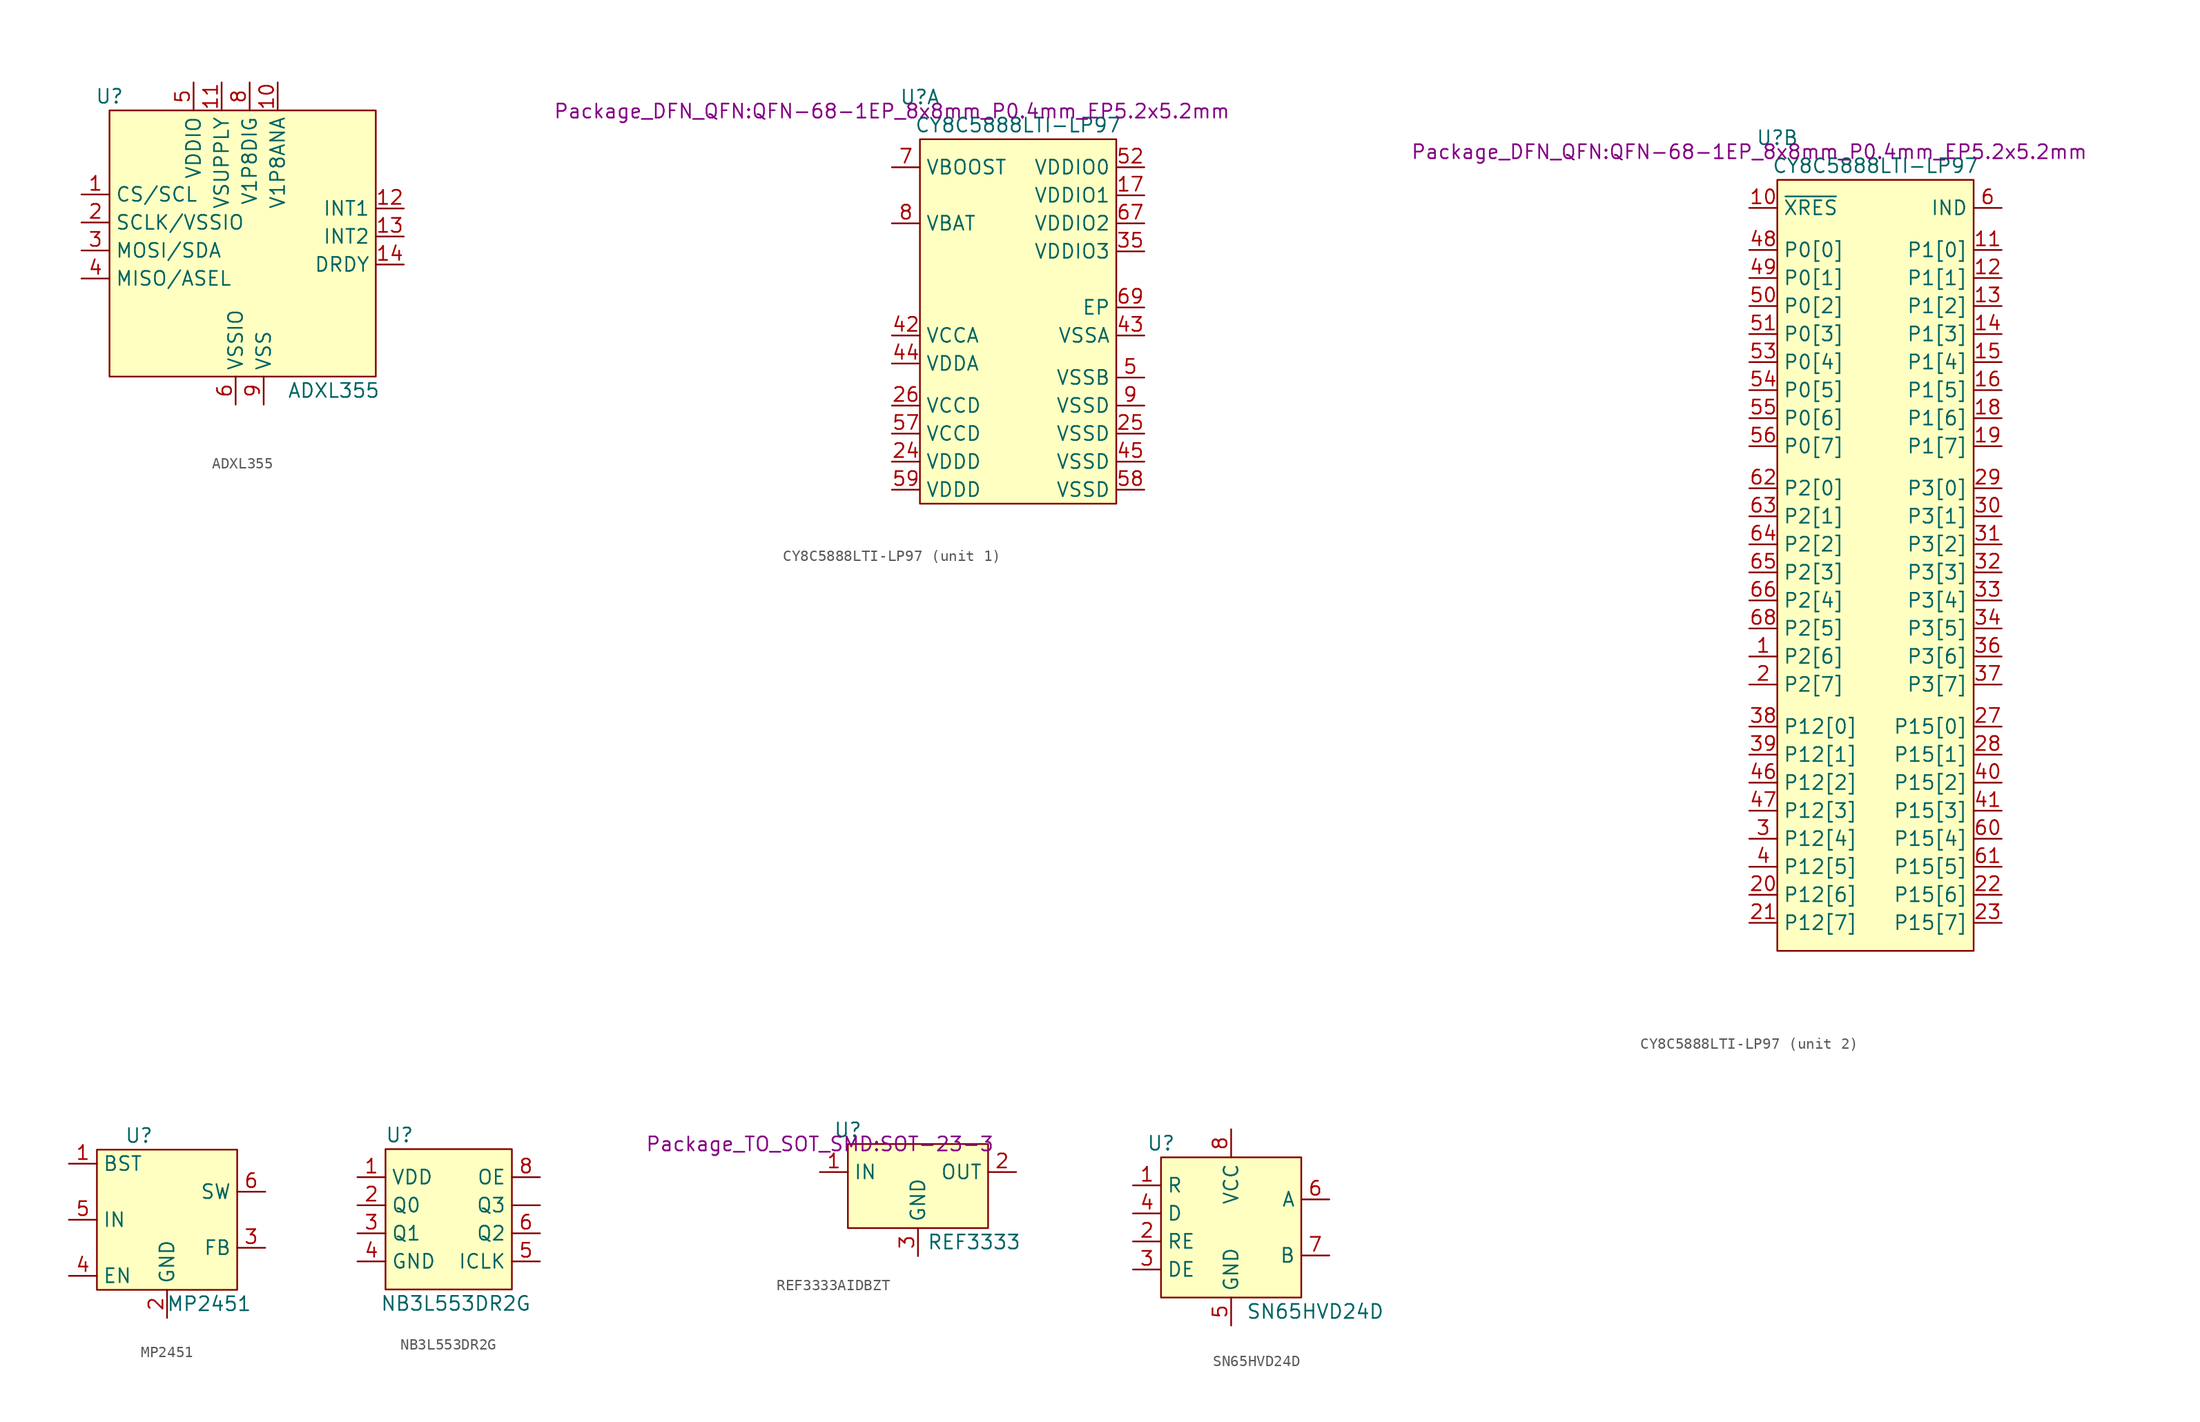
<source format=kicad_sym>
(kicad_symbol_lib
  (version 20220914)
  (generator kicad_symbol_editor)
  (symbol "ADXL355"
    (property "Reference" "U"
      (at 0 1.27 0)
      (effects (font (size 1.27 1.27))))
    (property "Value" "ADXL355"
      (at 20.32 -25.4 0)
      (effects (font (size 1.27 1.27))))
    (symbol "ADXL355_1_1"
      (rectangle (start 0 0) (end 24.13 -24.13) (stroke (width 0) (type default)) (fill (type background)))
      (pin input line (at -2.54 -7.62 0) (length 2.54) (name "CS/SCL" (effects (font (size 1.27 1.27)))) (number "1" (effects (font (size 1.27 1.27)))))
      (pin passive line (at 15.24 2.54 270) (length 2.54) (name "V1P8ANA" (effects (font (size 1.27 1.27)))) (number "10" (effects (font (size 1.27 1.27)))))
      (pin power_in line (at 10.16 2.54 270) (length 2.54) (name "VSUPPLY" (effects (font (size 1.27 1.27)))) (number "11" (effects (font (size 1.27 1.27)))))
      (pin bidirectional line (at 26.67 -8.89 180) (length 2.54) (name "INT1" (effects (font (size 1.27 1.27)))) (number "12" (effects (font (size 1.27 1.27)))))
      (pin bidirectional line (at 26.67 -11.43 180) (length 2.54) (name "INT2" (effects (font (size 1.27 1.27)))) (number "13" (effects (font (size 1.27 1.27)))))
      (pin bidirectional line (at 26.67 -13.97 180) (length 2.54) (name "DRDY" (effects (font (size 1.27 1.27)))) (number "14" (effects (font (size 1.27 1.27)))))
      (pin input line (at -2.54 -10.16 0) (length 2.54) (name "SCLK/VSSIO" (effects (font (size 1.27 1.27)))) (number "2" (effects (font (size 1.27 1.27)))))
      (pin bidirectional line (at -2.54 -12.7 0) (length 2.54) (name "MOSI/SDA" (effects (font (size 1.27 1.27)))) (number "3" (effects (font (size 1.27 1.27)))))
      (pin bidirectional line (at -2.54 -15.24 0) (length 2.54) (name "MISO/ASEL" (effects (font (size 1.27 1.27)))) (number "4" (effects (font (size 1.27 1.27)))))
      (pin input line (at 7.62 2.54 270) (length 2.54) (name "VDDIO" (effects (font (size 1.27 1.27)))) (number "5" (effects (font (size 1.27 1.27)))))
      (pin power_in line (at 11.43 -26.67 90) (length 2.54) (name "VSSIO" (effects (font (size 1.27 1.27)))) (number "6" (effects (font (size 1.27 1.27)))))
      (pin no_connect line (at 21.59 -27.94 90) (length 2.54) hide (name "RESERVED" (effects (font (size 1.27 1.27)))) (number "7" (effects (font (size 1.27 1.27)))))
      (pin passive line (at 12.7 2.54 270) (length 2.54) (name "V1P8DIG" (effects (font (size 1.27 1.27)))) (number "8" (effects (font (size 1.27 1.27)))))
      (pin power_in line (at 13.97 -26.67 90) (length 2.54) (name "VSS" (effects (font (size 1.27 1.27)))) (number "9" (effects (font (size 1.27 1.27)))))))
  (symbol "CY8C5888LTI-LP97"
    (property "Reference" "U"
      (at 2.54 2.54 0)
      (effects (font (size 1.27 1.27))))
    (property "Value" "CY8C5888LTI-LP97"
      (at 11.43 0 0)
      (effects (font (size 1.27 1.27))))
    (property "Footprint" "Package_DFN_QFN:QFN-68-1EP_8x8mm_P0.4mm_EP5.2x5.2mm"
      (at 0 1.27 0)
      (effects (font (size 1.27 1.27))))
    (property "ki_locked" ""
      (at 0 0 0)
      (effects (font (size 1.27 1.27))))
    (symbol "CY8C5888LTI-LP97_1_1"
      (rectangle (start 2.54 -1.27) (end 20.32 -34.29) (stroke (width 0) (type default)) (fill (type background)))
      (pin power_in line (at 22.86 -6.35 180) (length 2.54) (name "VDDIO1" (effects (font (size 1.27 1.27)))) (number "17" (effects (font (size 1.27 1.27)))))
      (pin power_in line (at 0 -30.48 0) (length 2.54) (name "VDDD" (effects (font (size 1.27 1.27)))) (number "24" (effects (font (size 1.27 1.27)))))
      (pin power_in line (at 22.86 -27.94 180) (length 2.54) (name "VSSD" (effects (font (size 1.27 1.27)))) (number "25" (effects (font (size 1.27 1.27)))))
      (pin passive line (at 0 -25.4 0) (length 2.54) (name "VCCD" (effects (font (size 1.27 1.27)))) (number "26" (effects (font (size 1.27 1.27)))))
      (pin power_in line (at 22.86 -11.43 180) (length 2.54) (name "VDDIO3" (effects (font (size 1.27 1.27)))) (number "35" (effects (font (size 1.27 1.27)))))
      (pin passive line (at 0 -19.05 0) (length 2.54) (name "VCCA" (effects (font (size 1.27 1.27)))) (number "42" (effects (font (size 1.27 1.27)))))
      (pin power_in line (at 22.86 -19.05 180) (length 2.54) (name "VSSA" (effects (font (size 1.27 1.27)))) (number "43" (effects (font (size 1.27 1.27)))))
      (pin power_in line (at 0 -21.59 0) (length 2.54) (name "VDDA" (effects (font (size 1.27 1.27)))) (number "44" (effects (font (size 1.27 1.27)))))
      (pin power_in line (at 22.86 -30.48 180) (length 2.54) (name "VSSD" (effects (font (size 1.27 1.27)))) (number "45" (effects (font (size 1.27 1.27)))))
      (pin power_in line (at 22.86 -22.86 180) (length 2.54) (name "VSSB" (effects (font (size 1.27 1.27)))) (number "5" (effects (font (size 1.27 1.27)))))
      (pin power_in line (at 22.86 -3.81 180) (length 2.54) (name "VDDIO0" (effects (font (size 1.27 1.27)))) (number "52" (effects (font (size 1.27 1.27)))))
      (pin passive line (at 0 -27.94 0) (length 2.54) (name "VCCD" (effects (font (size 1.27 1.27)))) (number "57" (effects (font (size 1.27 1.27)))))
      (pin power_in line (at 22.86 -33.02 180) (length 2.54) (name "VSSD" (effects (font (size 1.27 1.27)))) (number "58" (effects (font (size 1.27 1.27)))))
      (pin power_in line (at 0 -33.02 0) (length 2.54) (name "VDDD" (effects (font (size 1.27 1.27)))) (number "59" (effects (font (size 1.27 1.27)))))
      (pin power_in line (at 22.86 -8.89 180) (length 2.54) (name "VDDIO2" (effects (font (size 1.27 1.27)))) (number "67" (effects (font (size 1.27 1.27)))))
      (pin power_in line (at 22.86 -16.51 180) (length 2.54) (name "EP" (effects (font (size 1.27 1.27)))) (number "69" (effects (font (size 1.27 1.27)))))
      (pin power_in line (at 0 -3.81 0) (length 2.54) (name "VBOOST" (effects (font (size 1.27 1.27)))) (number "7" (effects (font (size 1.27 1.27)))))
      (pin power_in line (at 0 -8.89 0) (length 2.54) (name "VBAT" (effects (font (size 1.27 1.27)))) (number "8" (effects (font (size 1.27 1.27)))))
      (pin power_in line (at 22.86 -25.4 180) (length 2.54) (name "VSSD" (effects (font (size 1.27 1.27)))) (number "9" (effects (font (size 1.27 1.27))))))
    (symbol "CY8C5888LTI-LP97_2_1"
      (rectangle (start 2.54 -1.27) (end 20.32 -71.12) (stroke (width 0) (type default)) (fill (type background)))
      (pin bidirectional line (at 0 -44.45 0) (length 2.54) (name "P2[6]" (effects (font (size 1.27 1.27)))) (number "1" (effects (font (size 1.27 1.27)))))
      (pin power_in line (at 0 -3.81 0) (length 2.54) (name "~{XRES}" (effects (font (size 1.27 1.27)))) (number "10" (effects (font (size 1.27 1.27)))))
      (pin bidirectional line (at 22.86 -7.62 180) (length 2.54) (name "P1[0]" (effects (font (size 1.27 1.27)))) (number "11" (effects (font (size 1.27 1.27)))))
      (pin bidirectional line (at 22.86 -10.16 180) (length 2.54) (name "P1[1]" (effects (font (size 1.27 1.27)))) (number "12" (effects (font (size 1.27 1.27)))))
      (pin bidirectional line (at 22.86 -12.7 180) (length 2.54) (name "P1[2]" (effects (font (size 1.27 1.27)))) (number "13" (effects (font (size 1.27 1.27)))))
      (pin bidirectional line (at 22.86 -15.24 180) (length 2.54) (name "P1[3]" (effects (font (size 1.27 1.27)))) (number "14" (effects (font (size 1.27 1.27)))))
      (pin bidirectional line (at 22.86 -17.78 180) (length 2.54) (name "P1[4]" (effects (font (size 1.27 1.27)))) (number "15" (effects (font (size 1.27 1.27)))))
      (pin bidirectional line (at 22.86 -20.32 180) (length 2.54) (name "P1[5]" (effects (font (size 1.27 1.27)))) (number "16" (effects (font (size 1.27 1.27)))))
      (pin bidirectional line (at 22.86 -22.86 180) (length 2.54) (name "P1[6]" (effects (font (size 1.27 1.27)))) (number "18" (effects (font (size 1.27 1.27)))))
      (pin bidirectional line (at 22.86 -25.4 180) (length 2.54) (name "P1[7]" (effects (font (size 1.27 1.27)))) (number "19" (effects (font (size 1.27 1.27)))))
      (pin bidirectional line (at 0 -46.99 0) (length 2.54) (name "P2[7]" (effects (font (size 1.27 1.27)))) (number "2" (effects (font (size 1.27 1.27)))))
      (pin bidirectional line (at 0 -66.04 0) (length 2.54) (name "P12[6]" (effects (font (size 1.27 1.27)))) (number "20" (effects (font (size 1.27 1.27)))))
      (pin bidirectional line (at 0 -68.58 0) (length 2.54) (name "P12[7]" (effects (font (size 1.27 1.27)))) (number "21" (effects (font (size 1.27 1.27)))))
      (pin bidirectional line (at 22.86 -66.04 180) (length 2.54) (name "P15[6]" (effects (font (size 1.27 1.27)))) (number "22" (effects (font (size 1.27 1.27)))))
      (pin bidirectional line (at 22.86 -68.58 180) (length 2.54) (name "P15[7]" (effects (font (size 1.27 1.27)))) (number "23" (effects (font (size 1.27 1.27)))))
      (pin bidirectional line (at 22.86 -50.8 180) (length 2.54) (name "P15[0]" (effects (font (size 1.27 1.27)))) (number "27" (effects (font (size 1.27 1.27)))))
      (pin bidirectional line (at 22.86 -53.34 180) (length 2.54) (name "P15[1]" (effects (font (size 1.27 1.27)))) (number "28" (effects (font (size 1.27 1.27)))))
      (pin bidirectional line (at 22.86 -29.21 180) (length 2.54) (name "P3[0]" (effects (font (size 1.27 1.27)))) (number "29" (effects (font (size 1.27 1.27)))))
      (pin bidirectional line (at 0 -60.96 0) (length 2.54) (name "P12[4]" (effects (font (size 1.27 1.27)))) (number "3" (effects (font (size 1.27 1.27)))))
      (pin bidirectional line (at 22.86 -31.75 180) (length 2.54) (name "P3[1]" (effects (font (size 1.27 1.27)))) (number "30" (effects (font (size 1.27 1.27)))))
      (pin bidirectional line (at 22.86 -34.29 180) (length 2.54) (name "P3[2]" (effects (font (size 1.27 1.27)))) (number "31" (effects (font (size 1.27 1.27)))))
      (pin bidirectional line (at 22.86 -36.83 180) (length 2.54) (name "P3[3]" (effects (font (size 1.27 1.27)))) (number "32" (effects (font (size 1.27 1.27)))))
      (pin bidirectional line (at 22.86 -39.37 180) (length 2.54) (name "P3[4]" (effects (font (size 1.27 1.27)))) (number "33" (effects (font (size 1.27 1.27)))))
      (pin bidirectional line (at 22.86 -41.91 180) (length 2.54) (name "P3[5]" (effects (font (size 1.27 1.27)))) (number "34" (effects (font (size 1.27 1.27)))))
      (pin bidirectional line (at 22.86 -44.45 180) (length 2.54) (name "P3[6]" (effects (font (size 1.27 1.27)))) (number "36" (effects (font (size 1.27 1.27)))))
      (pin bidirectional line (at 22.86 -46.99 180) (length 2.54) (name "P3[7]" (effects (font (size 1.27 1.27)))) (number "37" (effects (font (size 1.27 1.27)))))
      (pin bidirectional line (at 0 -50.8 0) (length 2.54) (name "P12[0]" (effects (font (size 1.27 1.27)))) (number "38" (effects (font (size 1.27 1.27)))))
      (pin bidirectional line (at 0 -53.34 0) (length 2.54) (name "P12[1]" (effects (font (size 1.27 1.27)))) (number "39" (effects (font (size 1.27 1.27)))))
      (pin bidirectional line (at 0 -63.5 0) (length 2.54) (name "P12[5]" (effects (font (size 1.27 1.27)))) (number "4" (effects (font (size 1.27 1.27)))))
      (pin bidirectional line (at 22.86 -55.88 180) (length 2.54) (name "P15[2]" (effects (font (size 1.27 1.27)))) (number "40" (effects (font (size 1.27 1.27)))))
      (pin bidirectional line (at 22.86 -58.42 180) (length 2.54) (name "P15[3]" (effects (font (size 1.27 1.27)))) (number "41" (effects (font (size 1.27 1.27)))))
      (pin bidirectional line (at 0 -55.88 0) (length 2.54) (name "P12[2]" (effects (font (size 1.27 1.27)))) (number "46" (effects (font (size 1.27 1.27)))))
      (pin bidirectional line (at 0 -58.42 0) (length 2.54) (name "P12[3]" (effects (font (size 1.27 1.27)))) (number "47" (effects (font (size 1.27 1.27)))))
      (pin bidirectional line (at 0 -7.62 0) (length 2.54) (name "P0[0]" (effects (font (size 1.27 1.27)))) (number "48" (effects (font (size 1.27 1.27)))))
      (pin bidirectional line (at 0 -10.16 0) (length 2.54) (name "P0[1]" (effects (font (size 1.27 1.27)))) (number "49" (effects (font (size 1.27 1.27)))))
      (pin bidirectional line (at 0 -12.7 0) (length 2.54) (name "P0[2]" (effects (font (size 1.27 1.27)))) (number "50" (effects (font (size 1.27 1.27)))))
      (pin bidirectional line (at 0 -15.24 0) (length 2.54) (name "P0[3]" (effects (font (size 1.27 1.27)))) (number "51" (effects (font (size 1.27 1.27)))))
      (pin bidirectional line (at 0 -17.78 0) (length 2.54) (name "P0[4]" (effects (font (size 1.27 1.27)))) (number "53" (effects (font (size 1.27 1.27)))))
      (pin bidirectional line (at 0 -20.32 0) (length 2.54) (name "P0[5]" (effects (font (size 1.27 1.27)))) (number "54" (effects (font (size 1.27 1.27)))))
      (pin bidirectional line (at 0 -22.86 0) (length 2.54) (name "P0[6]" (effects (font (size 1.27 1.27)))) (number "55" (effects (font (size 1.27 1.27)))))
      (pin bidirectional line (at 0 -25.4 0) (length 2.54) (name "P0[7]" (effects (font (size 1.27 1.27)))) (number "56" (effects (font (size 1.27 1.27)))))
      (pin power_in line (at 22.86 -3.81 180) (length 2.54) (name "IND" (effects (font (size 1.27 1.27)))) (number "6" (effects (font (size 1.27 1.27)))))
      (pin bidirectional line (at 22.86 -60.96 180) (length 2.54) (name "P15[4]" (effects (font (size 1.27 1.27)))) (number "60" (effects (font (size 1.27 1.27)))))
      (pin bidirectional line (at 22.86 -63.5 180) (length 2.54) (name "P15[5]" (effects (font (size 1.27 1.27)))) (number "61" (effects (font (size 1.27 1.27)))))
      (pin bidirectional line (at 0 -29.21 0) (length 2.54) (name "P2[0]" (effects (font (size 1.27 1.27)))) (number "62" (effects (font (size 1.27 1.27)))))
      (pin bidirectional line (at 0 -31.75 0) (length 2.54) (name "P2[1]" (effects (font (size 1.27 1.27)))) (number "63" (effects (font (size 1.27 1.27)))))
      (pin bidirectional line (at 0 -34.29 0) (length 2.54) (name "P2[2]" (effects (font (size 1.27 1.27)))) (number "64" (effects (font (size 1.27 1.27)))))
      (pin bidirectional line (at 0 -36.83 0) (length 2.54) (name "P2[3]" (effects (font (size 1.27 1.27)))) (number "65" (effects (font (size 1.27 1.27)))))
      (pin bidirectional line (at 0 -39.37 0) (length 2.54) (name "P2[4]" (effects (font (size 1.27 1.27)))) (number "66" (effects (font (size 1.27 1.27)))))
      (pin bidirectional line (at 0 -41.91 0) (length 2.54) (name "P2[5]" (effects (font (size 1.27 1.27)))) (number "68" (effects (font (size 1.27 1.27)))))))
  (symbol "MP2451"
    (property "Reference" "U"
      (at 3.81 1.27 0)
      (effects (font (size 1.27 1.27))))
    (property "Value" "MP2451"
      (at 10.16 -13.97 0)
      (effects (font (size 1.27 1.27))))
    (symbol "MP2451_1_1"
      (rectangle (start 0 0) (end 12.7 -12.7) (stroke (width 0) (type default)) (fill (type background)))
      (pin passive line (at -2.54 -1.27 0) (length 2.54) (name "BST" (effects (font (size 1.27 1.27)))) (number "1" (effects (font (size 1.27 1.27)))))
      (pin power_in line (at 6.35 -15.24 90) (length 2.54) (name "GND" (effects (font (size 1.27 1.27)))) (number "2" (effects (font (size 1.27 1.27)))))
      (pin input line (at 15.24 -8.89 180) (length 2.54) (name "FB" (effects (font (size 1.27 1.27)))) (number "3" (effects (font (size 1.27 1.27)))))
      (pin input line (at -2.54 -11.43 0) (length 2.54) (name "EN" (effects (font (size 1.27 1.27)))) (number "4" (effects (font (size 1.27 1.27)))))
      (pin power_in line (at -2.54 -6.35 0) (length 2.54) (name "IN" (effects (font (size 1.27 1.27)))) (number "5" (effects (font (size 1.27 1.27)))))
      (pin output line (at 15.24 -3.81 180) (length 2.54) (name "SW" (effects (font (size 1.27 1.27)))) (number "6" (effects (font (size 1.27 1.27)))))))
  (symbol "NB3L553DR2G"
    (property "Reference" "U"
      (at 1.27 1.27 0)
      (effects (font (size 1.27 1.27))))
    (property "Value" "NB3L553DR2G"
      (at 6.35 -13.97 0)
      (effects (font (size 1.27 1.27))))
    (symbol "NB3L553DR2G_1_1"
      (rectangle (start 0 0) (end 11.43 -12.7) (stroke (width 0) (type default)) (fill (type background)))
      (pin output line (at 13.97 -5.08 180) (length 2.54) (name "Q3" (effects (font (size 1.27 1.27)))) (number "" (effects (font (size 1.27 1.27)))))
      (pin power_in line (at -2.54 -2.54 0) (length 2.54) (name "VDD" (effects (font (size 1.27 1.27)))) (number "1" (effects (font (size 1.27 1.27)))))
      (pin output line (at -2.54 -5.08 0) (length 2.54) (name "Q0" (effects (font (size 1.27 1.27)))) (number "2" (effects (font (size 1.27 1.27)))))
      (pin output line (at -2.54 -7.62 0) (length 2.54) (name "Q1" (effects (font (size 1.27 1.27)))) (number "3" (effects (font (size 1.27 1.27)))))
      (pin power_in line (at -2.54 -10.16 0) (length 2.54) (name "GND" (effects (font (size 1.27 1.27)))) (number "4" (effects (font (size 1.27 1.27)))))
      (pin input line (at 13.97 -10.16 180) (length 2.54) (name "ICLK" (effects (font (size 1.27 1.27)))) (number "5" (effects (font (size 1.27 1.27)))))
      (pin output line (at 13.97 -7.62 180) (length 2.54) (name "Q2" (effects (font (size 1.27 1.27)))) (number "6" (effects (font (size 1.27 1.27)))))
      (pin bidirectional line (at 13.97 -2.54 180) (length 2.54) (name "OE" (effects (font (size 1.27 1.27)))) (number "8" (effects (font (size 1.27 1.27)))))))
  (symbol "REF3333AIDBZT"
    (property "Reference" "U"
      (at 2.54 1.27 0)
      (effects (font (size 1.27 1.27))))
    (property "Value" "REF3333"
      (at 13.97 -8.89 0)
      (effects (font (size 1.27 1.27))))
    (property "Footprint" "Package_TO_SOT_SMD:SOT-23-3"
      (at 0 0 0)
      (effects (font (size 1.27 1.27))))
    (symbol "REF3333AIDBZT_1_1"
      (rectangle (start 2.54 0) (end 15.24 -7.62) (stroke (width 0) (type default)) (fill (type background)))
      (pin power_in line (at 0 -2.54 0) (length 2.54) (name "IN" (effects (font (size 1.27 1.27)))) (number "1" (effects (font (size 1.27 1.27)))))
      (pin power_out line (at 17.78 -2.54 180) (length 2.54) (name "OUT" (effects (font (size 1.27 1.27)))) (number "2" (effects (font (size 1.27 1.27)))))
      (pin power_out line (at 8.89 -10.16 90) (length 2.54) (name "GND" (effects (font (size 1.27 1.27)))) (number "3" (effects (font (size 1.27 1.27)))))))
  (symbol "SN65HVD24D"
    (property "Reference" "U"
      (at 0 1.27 0)
      (effects (font (size 1.27 1.27))))
    (property "Value" "SN65HVD24D"
      (at 13.97 -13.97 0)
      (effects (font (size 1.27 1.27))))
    (symbol "SN65HVD24D_1_1"
      (rectangle (start 0 0) (end 12.7 -12.7) (stroke (width 0) (type default)) (fill (type background)))
      (pin output line (at -2.54 -2.54 0) (length 2.54) (name "R" (effects (font (size 1.27 1.27)))) (number "1" (effects (font (size 1.27 1.27)))))
      (pin input line (at -2.54 -7.62 0) (length 2.54) (name "RE" (effects (font (size 1.27 1.27)))) (number "2" (effects (font (size 1.27 1.27)))))
      (pin input line (at -2.54 -10.16 0) (length 2.54) (name "DE" (effects (font (size 1.27 1.27)))) (number "3" (effects (font (size 1.27 1.27)))))
      (pin input line (at -2.54 -5.08 0) (length 2.54) (name "D" (effects (font (size 1.27 1.27)))) (number "4" (effects (font (size 1.27 1.27)))))
      (pin power_in line (at 6.35 -15.24 90) (length 2.54) (name "GND" (effects (font (size 1.27 1.27)))) (number "5" (effects (font (size 1.27 1.27)))))
      (pin bidirectional line (at 15.24 -3.81 180) (length 2.54) (name "A" (effects (font (size 1.27 1.27)))) (number "6" (effects (font (size 1.27 1.27)))))
      (pin bidirectional line (at 15.24 -8.89 180) (length 2.54) (name "B" (effects (font (size 1.27 1.27)))) (number "7" (effects (font (size 1.27 1.27)))))
      (pin power_in line (at 6.35 2.54 270) (length 2.54) (name "VCC" (effects (font (size 1.27 1.27)))) (number "8" (effects (font (size 1.27 1.27))))))))
</source>
